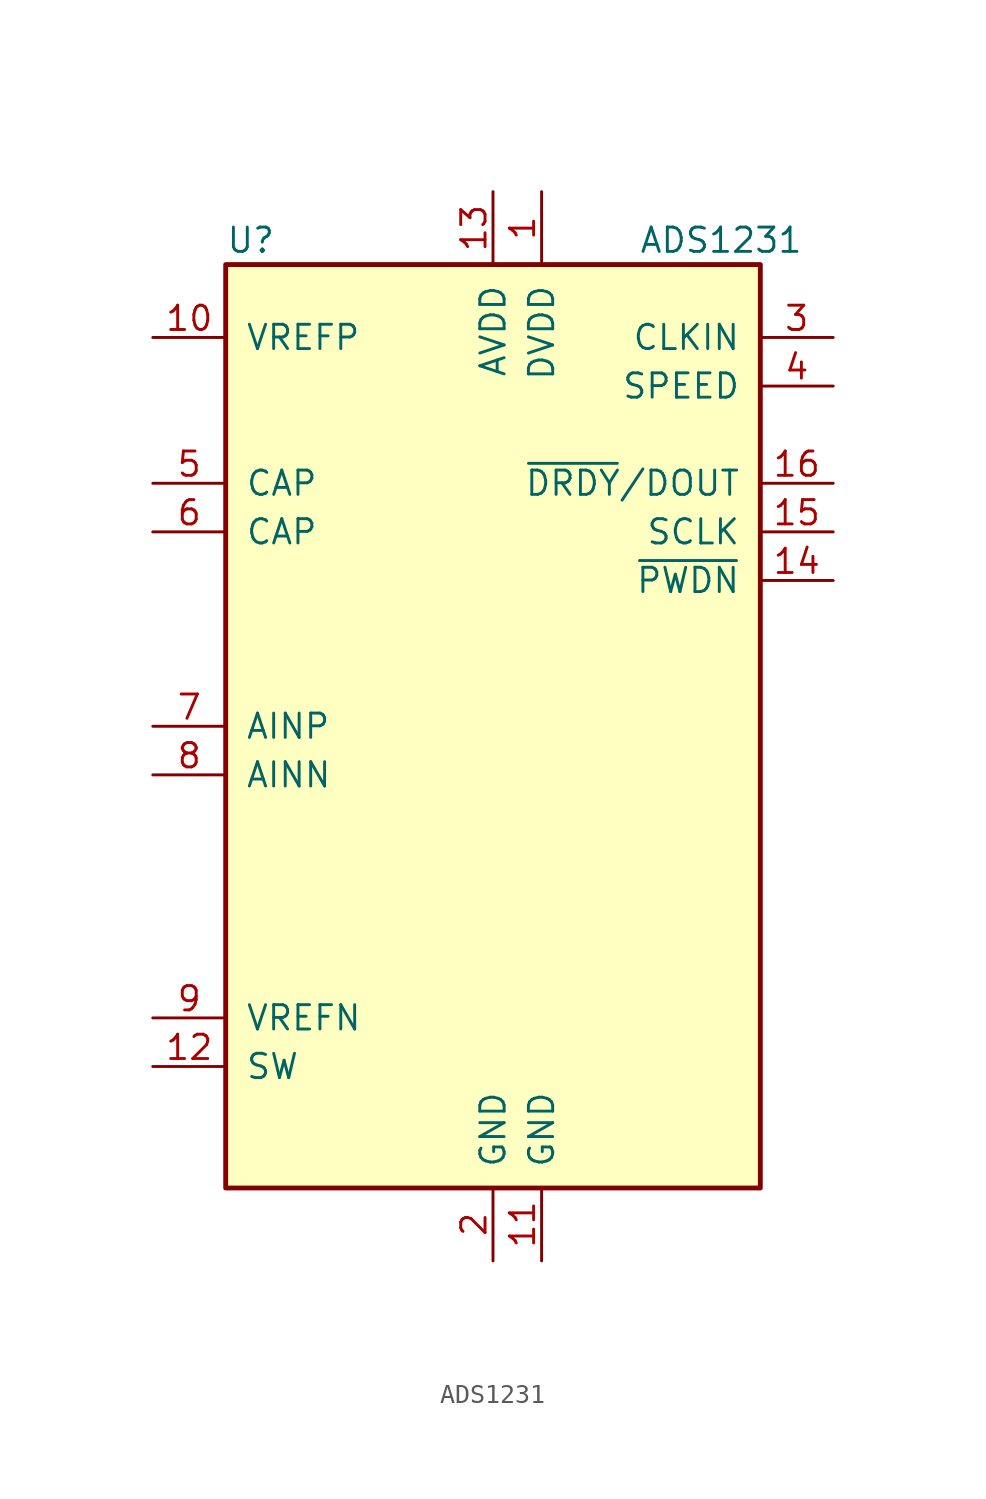
<source format=kicad_sym>
(kicad_symbol_lib
  (version 20211014)
  (generator kicad_symbol_editor)
  (symbol "ADS1231"
    (pin_names
      (offset 1.016))
    (property "Reference" "U"
      (at -13.97 25.4 0)
      (effects (font (size 1.27 1.27)) (justify left)))
    (property "Value" "ADS1231"
      (at 7.62 25.4 0)
      (effects (font (size 1.27 1.27)) (justify left)))
    (symbol "ADS1231_0_1"
      (rectangle (start -13.97 24.13) (end 13.97 -24.13) (stroke (width 0.254) (type default) (color 0 0 0 0)) (fill (type background))))
    (symbol "ADS1231_1_1"
      (pin power_in line (at 2.54 27.94 270) (length 3.81) (name "DVDD" (effects (font (size 1.27 1.27)))) (number "1" (effects (font (size 1.27 1.27)))))
      (pin input line (at -17.78 20.32 0) (length 3.81) (name "VREFP" (effects (font (size 1.27 1.27)))) (number "10" (effects (font (size 1.27 1.27)))))
      (pin power_in line (at 2.54 -27.94 90) (length 3.81) (name "GND" (effects (font (size 1.27 1.27)))) (number "11" (effects (font (size 1.27 1.27)))))
      (pin open_collector line (at -17.78 -17.78 0) (length 3.81) (name "SW" (effects (font (size 1.27 1.27)))) (number "12" (effects (font (size 1.27 1.27)))))
      (pin power_in line (at 0 27.94 270) (length 3.81) (name "AVDD" (effects (font (size 1.27 1.27)))) (number "13" (effects (font (size 1.27 1.27)))))
      (pin input line (at 17.78 7.62 180) (length 3.81) (name "~{PWDN}" (effects (font (size 1.27 1.27)))) (number "14" (effects (font (size 1.27 1.27)))))
      (pin input line (at 17.78 10.16 180) (length 3.81) (name "SCLK" (effects (font (size 1.27 1.27)))) (number "15" (effects (font (size 1.27 1.27)))))
      (pin output line (at 17.78 12.7 180) (length 3.81) (name "~{DRDY}/DOUT" (effects (font (size 1.27 1.27)))) (number "16" (effects (font (size 1.27 1.27)))))
      (pin power_in line (at 0 -27.94 90) (length 3.81) (name "GND" (effects (font (size 1.27 1.27)))) (number "2" (effects (font (size 1.27 1.27)))))
      (pin input line (at 17.78 20.32 180) (length 3.81) (name "CLKIN" (effects (font (size 1.27 1.27)))) (number "3" (effects (font (size 1.27 1.27)))))
      (pin input line (at 17.78 17.78 180) (length 3.81) (name "SPEED" (effects (font (size 1.27 1.27)))) (number "4" (effects (font (size 1.27 1.27)))))
      (pin passive line (at -17.78 12.7 0) (length 3.81) (name "CAP" (effects (font (size 1.27 1.27)))) (number "5" (effects (font (size 1.27 1.27)))))
      (pin passive line (at -17.78 10.16 0) (length 3.81) (name "CAP" (effects (font (size 1.27 1.27)))) (number "6" (effects (font (size 1.27 1.27)))))
      (pin input line (at -17.78 0 0) (length 3.81) (name "AINP" (effects (font (size 1.27 1.27)))) (number "7" (effects (font (size 1.27 1.27)))))
      (pin input line (at -17.78 -2.54 0) (length 3.81) (name "AINN" (effects (font (size 1.27 1.27)))) (number "8" (effects (font (size 1.27 1.27)))))
      (pin input line (at -17.78 -15.24 0) (length 3.81) (name "VREFN" (effects (font (size 1.27 1.27)))) (number "9" (effects (font (size 1.27 1.27))))))))
</source>
